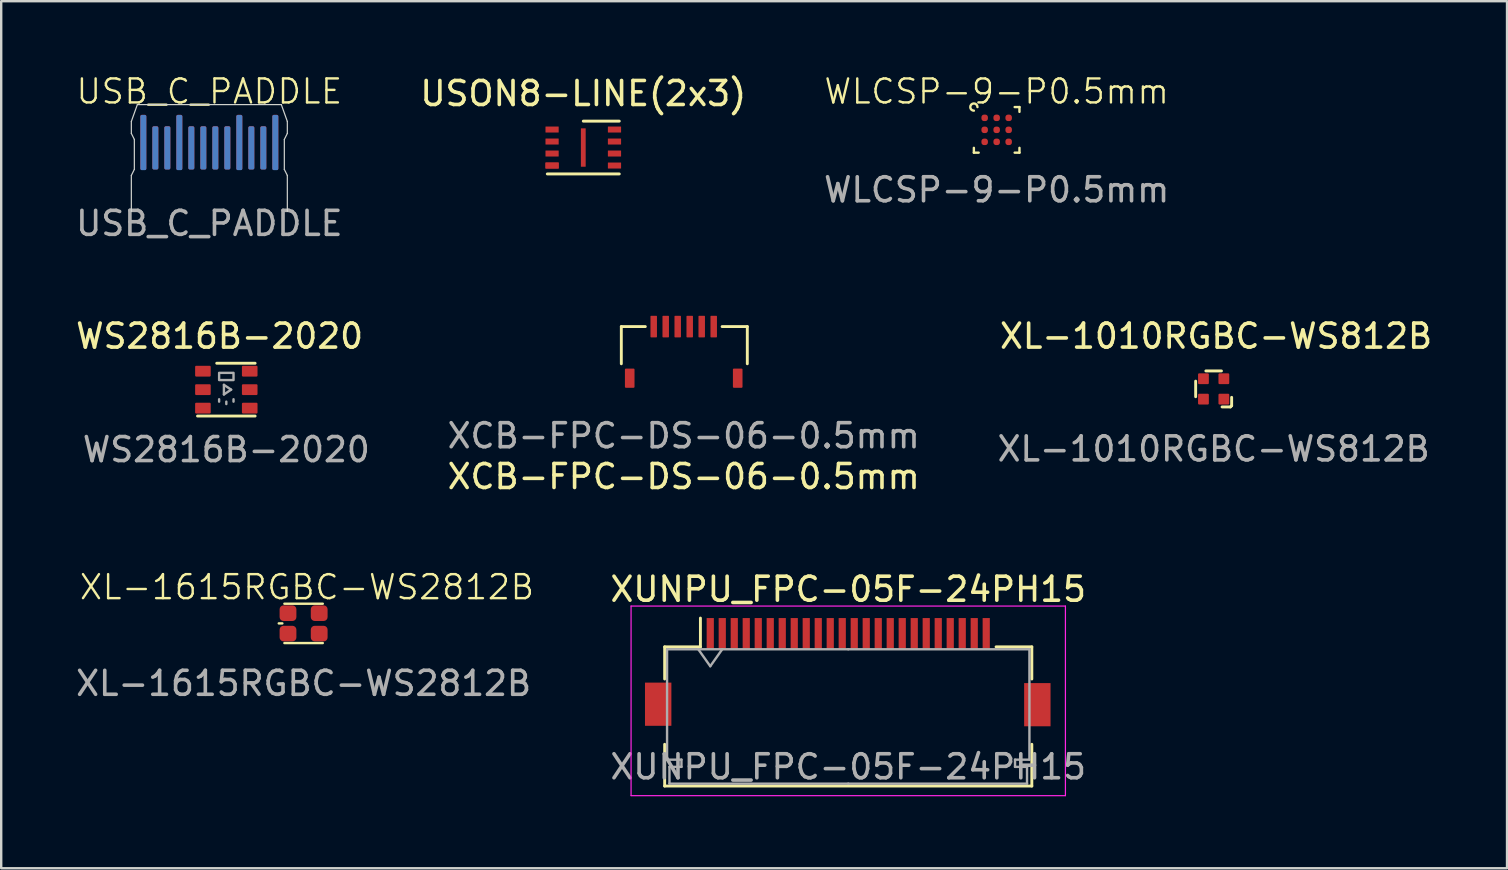
<source format=kicad_pcb>
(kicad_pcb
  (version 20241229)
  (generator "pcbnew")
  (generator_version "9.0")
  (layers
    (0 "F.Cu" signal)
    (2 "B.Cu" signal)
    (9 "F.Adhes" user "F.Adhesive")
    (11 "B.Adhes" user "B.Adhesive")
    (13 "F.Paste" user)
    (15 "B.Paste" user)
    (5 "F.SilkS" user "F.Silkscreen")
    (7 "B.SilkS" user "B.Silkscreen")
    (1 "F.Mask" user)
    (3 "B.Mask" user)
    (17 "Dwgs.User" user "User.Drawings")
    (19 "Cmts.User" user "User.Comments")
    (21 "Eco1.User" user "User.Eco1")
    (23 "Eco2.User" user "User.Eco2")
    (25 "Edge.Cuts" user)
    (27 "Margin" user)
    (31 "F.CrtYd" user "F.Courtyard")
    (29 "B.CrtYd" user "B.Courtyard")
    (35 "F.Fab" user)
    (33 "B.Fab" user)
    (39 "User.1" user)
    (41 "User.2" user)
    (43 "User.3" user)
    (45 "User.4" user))
  (footprint "WLCSP-9-P0.5mm"
    (layer "F.Cu")
    (at 38.482 2.361)
    (property "Reference" "WLCSP-9-P0.5mm" (at 0 -1.6 0) (unlocked yes) (layer "F.SilkS") (effects (font (size 1 1) (thickness 0.1))))
    (attr smd)
    (fp_line (start -0.95 0.75) (end -0.95 0.95) (stroke (width 0.1) (type default)) (layer "F.SilkS"))
    (fp_line (start -0.95 0.95) (end -0.75 0.95) (stroke (width 0.1) (type default)) (layer "F.SilkS"))
    (fp_line (start 0.75 0.95) (end 0.95 0.95) (stroke (width 0.1) (type default)) (layer "F.SilkS"))
    (fp_line (start 0.95 -0.95) (end 0.75 -0.95) (stroke (width 0.1) (type default)) (layer "F.SilkS"))
    (fp_line (start 0.95 -0.75) (end 0.95 -0.95) (stroke (width 0.1) (type default)) (layer "F.SilkS"))
    (fp_line (start 0.95 0.95) (end 0.95 0.75) (stroke (width 0.1) (type default)) (layer "F.SilkS"))
    (fp_arc (start -0.95 -0.8) (mid -1.056066 -1.056066) (end -0.8 -0.95) (stroke (width 0.1) (type default)) (layer "F.SilkS"))
    (fp_text user "${REFERENCE}" (at 0 2.5 0) (unlocked yes) (layer "F.Fab") (effects (font (size 1 1) (thickness 0.15))))
    (pad "A1" smd roundrect (at -0.5 -0.5) (size 0.27 0.27) (layers "F.Cu" "F.Mask" "F.Paste") (roundrect_rratio 0.4))
    (pad "A2" smd roundrect (at 0 -0.5) (size 0.27 0.27) (layers "F.Cu" "F.Mask" "F.Paste") (roundrect_rratio 0.4))
    (pad "A3" smd roundrect (at 0.5 -0.5) (size 0.27 0.27) (layers "F.Cu" "F.Mask" "F.Paste") (roundrect_rratio 0.4))
    (pad "B1" smd roundrect (at -0.5 0) (size 0.27 0.27) (layers "F.Cu" "F.Mask" "F.Paste") (roundrect_rratio 0.4))
    (pad "B2" smd roundrect (at 0 0) (size 0.27 0.27) (layers "F.Cu" "F.Mask" "F.Paste") (roundrect_rratio 0.4))
    (pad "B3" smd roundrect (at 0.5 0) (size 0.27 0.27) (layers "F.Cu" "F.Mask" "F.Paste") (roundrect_rratio 0.4))
    (pad "C1" smd roundrect (at -0.5 0.5) (size 0.27 0.27) (layers "F.Cu" "F.Mask" "F.Paste") (roundrect_rratio 0.4))
    (pad "C2" smd roundrect (at 0 0.5) (size 0.27 0.27) (layers "F.Cu" "F.Mask" "F.Paste") (roundrect_rratio 0.4))
    (pad "C3" smd roundrect (at 0.5 0.5) (size 0.27 0.27) (layers "F.Cu" "F.Mask" "F.Paste") (roundrect_rratio 0.4)))
  (footprint "XL-1615RGBC-WS2812B"
    (layer "F.Cu")
    (at 9.601 22.927)
    (property "Reference" "XL-1615RGBC-WS2812B" (at 0.14 -1.51 0) (unlocked yes) (layer "F.SilkS") (effects (font (size 1 1) (thickness 0.1))))
    (attr smd)
    (fp_line (start -1.035 0) (end -0.885 0) (stroke (width 0.1) (type default)) (layer "F.SilkS"))
    (fp_line (start -0.8 -0.82) (end 0.8 -0.82) (stroke (width 0.1) (type default)) (layer "F.SilkS"))
    (fp_line (start -0.8 0.82) (end 0.8 0.82) (stroke (width 0.1) (type default)) (layer "F.SilkS"))
    (fp_text user "${REFERENCE}" (at 0 2.5 0) (unlocked yes) (layer "F.Fab") (effects (font (size 1 1) (thickness 0.15))))
    (pad "1" smd roundrect (at -0.65 -0.425) (size 0.7 0.65) (layers "F.Cu" "F.Mask" "F.Paste") (roundrect_rratio 0.25))
    (pad "2" smd roundrect (at 0.65 -0.425) (size 0.7 0.65) (layers "F.Cu" "F.Mask" "F.Paste") (roundrect_rratio 0.25))
    (pad "3" smd roundrect (at -0.65 0.425) (size 0.7 0.65) (layers "F.Cu" "F.Mask" "F.Paste") (roundrect_rratio 0.25))
    (pad "4" smd roundrect (at 0.65 0.425) (size 0.7 0.65) (layers "F.Cu" "F.Mask" "F.Paste") (roundrect_rratio 0.25)))
  (footprint "USB_C_PADDLE"
    (layer "F.Cu")
    (at 5.673 3.76)
    (property "Reference" "USB_C_PADDLE" (at 0 -3 0) (unlocked yes) (layer "F.SilkS") (effects (font (size 1 1) (thickness 0.1))))
    (attr smd)
    (fp_line (start -3.25 -1.75) (end -3.25 -1.25) (stroke (width 0.05) (type default)) (layer "Edge.Cuts"))
    (fp_line (start -3.25 -1.25) (end -3.125 -1) (stroke (width 0.05) (type default)) (layer "Edge.Cuts"))
    (fp_line (start -3.25 0.5) (end -3.25 2) (stroke (width 0.05) (type default)) (layer "Edge.Cuts"))
    (fp_line (start -3.25 0.5) (end -3.125 0.25) (stroke (width 0.05) (type default)) (layer "Edge.Cuts"))
    (fp_line (start -3.125 -1) (end -3.125 0.25) (stroke (width 0.05) (type default)) (layer "Edge.Cuts"))
    (fp_line (start -3 -2.45) (end -3.25 -1.75) (stroke (width 0.05) (type default)) (layer "Edge.Cuts"))
    (fp_line (start 3 -2.45) (end -3 -2.45) (stroke (width 0.05) (type default)) (layer "Edge.Cuts"))
    (fp_line (start 3 -2.45) (end 3.25 -1.75) (stroke (width 0.05) (type default)) (layer "Edge.Cuts"))
    (fp_line (start 3.125 -1) (end 3.125 0.25) (stroke (width 0.05) (type default)) (layer "Edge.Cuts"))
    (fp_line (start 3.25 -1.75) (end 3.25 -1.25) (stroke (width 0.05) (type default)) (layer "Edge.Cuts"))
    (fp_line (start 3.25 -1.25) (end 3.125 -1) (stroke (width 0.05) (type default)) (layer "Edge.Cuts"))
    (fp_line (start 3.25 0.5) (end 3.125 0.25) (stroke (width 0.05) (type default)) (layer "Edge.Cuts"))
    (fp_line (start 3.25 2) (end 3.25 0.5) (stroke (width 0.05) (type default)) (layer "Edge.Cuts"))
    (fp_text user "${REFERENCE}" (at 0 2.5 0) (unlocked yes) (layer "F.Fab") (effects (font (size 1 1) (thickness 0.15))))
    (pad "A1" smd roundrect (at -2.75 -0.875 180) (size 0.25 2.3) (layers "F.Cu" "F.Mask" "F.Paste") (roundrect_rratio 0.25))
    (pad "A2" smd roundrect (at -2.25 -0.65 180) (size 0.25 1.8) (layers "F.Cu" "F.Mask" "F.Paste") (roundrect_rratio 0.25))
    (pad "A3" smd roundrect (at -1.75 -0.65 180) (size 0.25 1.8) (layers "F.Cu" "F.Mask" "F.Paste") (roundrect_rratio 0.25))
    (pad "A4" smd roundrect (at -1.25 -0.875 180) (size 0.25 2.3) (layers "F.Cu" "F.Mask" "F.Paste") (roundrect_rratio 0.25))
    (pad "A5" smd roundrect (at -0.75 -0.65 180) (size 0.25 1.8) (layers "F.Cu" "F.Mask" "F.Paste") (roundrect_rratio 0.25))
    (pad "A6" smd roundrect (at -0.25 -0.65 180) (size 0.25 1.8) (layers "F.Cu" "F.Mask" "F.Paste") (roundrect_rratio 0.25))
    (pad "A7" smd roundrect (at 0.25 -0.65) (size 0.25 1.8) (layers "F.Cu" "F.Mask" "F.Paste") (roundrect_rratio 0.25))
    (pad "A8" smd roundrect (at 0.75 -0.65) (size 0.25 1.8) (layers "F.Cu" "F.Mask" "F.Paste") (roundrect_rratio 0.25))
    (pad "A9" smd roundrect (at 1.25 -0.875) (size 0.25 2.3) (layers "F.Cu" "F.Mask" "F.Paste") (roundrect_rratio 0.25))
    (pad "A10" smd roundrect (at 1.75 -0.65) (size 0.25 1.8) (layers "F.Cu" "F.Mask" "F.Paste") (roundrect_rratio 0.25))
    (pad "A11" smd roundrect (at 2.25 -0.65) (size 0.25 1.8) (layers "F.Cu" "F.Mask" "F.Paste") (roundrect_rratio 0.25))
    (pad "A12" smd roundrect (at 2.75 -0.875) (size 0.25 2.3) (layers "F.Cu" "F.Mask" "F.Paste") (roundrect_rratio 0.25))
    (pad "B1" smd roundrect (at 2.75 -0.87 180) (size 0.25 2.3) (layers "B.Cu" "B.Mask" "B.Paste") (roundrect_rratio 0.25))
    (pad "B2" smd roundrect (at 2.25 -0.645 180) (size 0.25 1.8) (layers "B.Cu" "B.Mask" "B.Paste") (roundrect_rratio 0.25))
    (pad "B3" smd roundrect (at 1.75 -0.645 180) (size 0.25 1.8) (layers "B.Cu" "B.Mask" "B.Paste") (roundrect_rratio 0.25))
    (pad "B4" smd roundrect (at 1.25 -0.87 180) (size 0.25 2.3) (layers "B.Cu" "B.Mask" "B.Paste") (roundrect_rratio 0.25))
    (pad "B5" smd roundrect (at 0.75 -0.645 180) (size 0.25 1.8) (layers "B.Cu" "B.Mask" "B.Paste") (roundrect_rratio 0.25))
    (pad "B6" smd roundrect (at 0.25 -0.645 180) (size 0.25 1.8) (layers "B.Cu" "B.Mask" "B.Paste") (roundrect_rratio 0.25))
    (pad "B7" smd roundrect (at -0.25 -0.645) (size 0.25 1.8) (layers "B.Cu" "B.Mask" "B.Paste") (roundrect_rratio 0.25))
    (pad "B8" smd roundrect (at -0.75 -0.645) (size 0.25 1.8) (layers "B.Cu" "B.Mask" "B.Paste") (roundrect_rratio 0.25))
    (pad "B9" smd roundrect (at -1.25 -0.87) (size 0.25 2.3) (layers "B.Cu" "B.Mask" "B.Paste") (roundrect_rratio 0.25))
    (pad "B10" smd roundrect (at -1.75 -0.645) (size 0.25 1.8) (layers "B.Cu" "B.Mask" "B.Paste") (roundrect_rratio 0.25))
    (pad "B11" smd roundrect (at -2.25 -0.645) (size 0.25 1.8) (layers "B.Cu" "B.Mask" "B.Paste") (roundrect_rratio 0.25))
    (pad "B12" smd roundrect (at -2.75 -0.87) (size 0.25 2.3) (layers "B.Cu" "B.Mask" "B.Paste") (roundrect_rratio 0.25)))
  (footprint "XCB-FPC-DS-06-0.5mm"
    (layer "F.Cu")
    (at 25.441 12.609)
    (property "Reference" "XCB-FPC-DS-06-0.5mm" (at 0 4.2 0) (unlocked yes) (layer "F.SilkS") (effects (font (size 1 1) (thickness 0.15))))
    (attr smd)
    (fp_line (start -2.6 -2.05) (end -1.6 -2.05) (stroke (width 0.12) (type solid)) (layer "F.SilkS"))
    (fp_line (start -2.6 -0.5) (end -2.6 -2.05) (stroke (width 0.12) (type solid)) (layer "F.SilkS"))
    (fp_line (start 1.6 -2.05) (end 2.65 -2.05) (stroke (width 0.12) (type solid)) (layer "F.SilkS"))
    (fp_line (start 2.65 -2.05) (end 2.65 -0.5) (stroke (width 0.12) (type solid)) (layer "F.SilkS"))
    (fp_text user "${REFERENCE}" (at 0 2.5 0) (unlocked yes) (layer "F.Fab") (effects (font (size 1 1) (thickness 0.15))))
    (pad "1" smd roundrect (at -1.25 -2.05 180) (size 0.27 0.9) (layers "F.Cu" "F.Mask" "F.Paste") (roundrect_rratio 0.1))
    (pad "2" smd roundrect (at -0.75 -2.05 180) (size 0.27 0.9) (layers "F.Cu" "F.Mask" "F.Paste") (roundrect_rratio 0.1))
    (pad "3" smd roundrect (at -0.25 -2.05 180) (size 0.27 0.9) (layers "F.Cu" "F.Mask" "F.Paste") (roundrect_rratio 0.1))
    (pad "4" smd roundrect (at 0.25 -2.05 180) (size 0.27 0.9) (layers "F.Cu" "F.Mask" "F.Paste") (roundrect_rratio 0.1))
    (pad "5" smd roundrect (at 0.75 -2.05 180) (size 0.27 0.9) (layers "F.Cu" "F.Mask" "F.Paste") (roundrect_rratio 0.1))
    (pad "6" smd roundrect (at 1.25 -2.05 180) (size 0.27 0.9) (layers "F.Cu" "F.Mask" "F.Paste") (roundrect_rratio 0.1))
    (pad "7" smd roundrect (at -2.25 0.1 180) (size 0.4 0.8) (layers "F.Cu" "F.Mask" "F.Paste") (roundrect_rratio 0.1))
    (pad "7" smd roundrect (at 2.25 0.1 180) (size 0.4 0.8) (layers "F.Cu" "F.Mask" "F.Paste") (roundrect_rratio 0.1)))
  (footprint "XUNPU_FPC-05F-24PH15"
    (layer "F.Cu")
    (at 32.297 25.205)
    (property "Reference" "XUNPU_FPC-05F-24PH15" (at 0 -3.7 0) (layer "F.SilkS") (effects (font (size 1 1) (thickness 0.15))))
    (attr smd)
    (fp_line (start -7.65 -1.3) (end -7.65 0.04) (stroke (width 0.12) (type solid)) (layer "F.SilkS"))
    (fp_line (start -7.65 2.76) (end -7.65 4.5) (stroke (width 0.12) (type solid)) (layer "F.SilkS"))
    (fp_line (start -7.65 4.5) (end 7.65 4.5) (stroke (width 0.12) (type solid)) (layer "F.SilkS"))
    (fp_line (start -6.16 -1.3) (end -7.65 -1.3) (stroke (width 0.12) (type solid)) (layer "F.SilkS"))
    (fp_line (start -6.16 -1.3) (end -6.16 -2.5) (stroke (width 0.12) (type solid)) (layer "F.SilkS"))
    (fp_line (start 6.16 -1.3) (end 7.65 -1.3) (stroke (width 0.12) (type solid)) (layer "F.SilkS"))
    (fp_line (start 7.65 -1.3) (end 7.65 0.04) (stroke (width 0.12) (type solid)) (layer "F.SilkS"))
    (fp_line (start 7.65 4.5) (end 7.65 2.76) (stroke (width 0.12) (type solid)) (layer "F.SilkS"))
    (fp_line (start -9.05 -3) (end -9.05 4.9) (stroke (width 0.05) (type solid)) (layer "F.CrtYd"))
    (fp_line (start -9.05 4.9) (end 9.05 4.9) (stroke (width 0.05) (type solid)) (layer "F.CrtYd"))
    (fp_line (start 9.05 -3) (end -9.05 -3) (stroke (width 0.05) (type solid)) (layer "F.CrtYd"))
    (fp_line (start 9.05 4.9) (end 9.05 -3) (stroke (width 0.05) (type solid)) (layer "F.CrtYd"))
    (fp_line (start -7.55 -1.2) (end -7.55 3.4) (stroke (width 0.1) (type solid)) (layer "F.Fab"))
    (fp_line (start -7.55 3.4) (end -6.95 3.4) (stroke (width 0.1) (type solid)) (layer "F.Fab"))
    (fp_line (start -7.45 3.7) (end -7.45 4.4) (stroke (width 0.1) (type solid)) (layer "F.Fab"))
    (fp_line (start -7.45 4.4) (end 0 4.4) (stroke (width 0.1) (type solid)) (layer "F.Fab"))
    (fp_line (start -6.95 3.4) (end -6.95 3.7) (stroke (width 0.1) (type solid)) (layer "F.Fab"))
    (fp_line (start -6.95 3.7) (end -7.45 3.7) (stroke (width 0.1) (type solid)) (layer "F.Fab"))
    (fp_line (start -6.25 -1.2) (end -5.75 -0.493) (stroke (width 0.1) (type solid)) (layer "F.Fab"))
    (fp_line (start -5.75 -0.493) (end -5.25 -1.2) (stroke (width 0.1) (type solid)) (layer "F.Fab"))
    (fp_line (start 0 -1.2) (end -7.55 -1.2) (stroke (width 0.1) (type solid)) (layer "F.Fab"))
    (fp_line (start 0 -1.2) (end 7.55 -1.2) (stroke (width 0.1) (type solid)) (layer "F.Fab"))
    (fp_line (start 6.95 3.4) (end 6.95 3.7) (stroke (width 0.1) (type solid)) (layer "F.Fab"))
    (fp_line (start 6.95 3.7) (end 7.45 3.7) (stroke (width 0.1) (type solid)) (layer "F.Fab"))
    (fp_line (start 7.45 3.7) (end 7.45 4.4) (stroke (width 0.1) (type solid)) (layer "F.Fab"))
    (fp_line (start 7.45 4.4) (end 0 4.4) (stroke (width 0.1) (type solid)) (layer "F.Fab"))
    (fp_line (start 7.55 -1.2) (end 7.55 3.4) (stroke (width 0.1) (type solid)) (layer "F.Fab"))
    (fp_line (start 7.55 3.4) (end 6.95 3.4) (stroke (width 0.1) (type solid)) (layer "F.Fab"))
    (fp_text user "${REFERENCE}" (at 0 3.7 0) (layer "F.Fab") (effects (font (size 1 1) (thickness 0.15))))
    (pad "1" smd rect (at -5.75 -1.85) (size 0.3 1.3) (layers "F.Cu" "F.Mask" "F.Paste"))
    (pad "2" smd rect (at -5.25 -1.85) (size 0.3 1.3) (layers "F.Cu" "F.Mask" "F.Paste"))
    (pad "3" smd rect (at -4.75 -1.85) (size 0.3 1.3) (layers "F.Cu" "F.Mask" "F.Paste"))
    (pad "4" smd rect (at -4.25 -1.85) (size 0.3 1.3) (layers "F.Cu" "F.Mask" "F.Paste"))
    (pad "5" smd rect (at -3.75 -1.85) (size 0.3 1.3) (layers "F.Cu" "F.Mask" "F.Paste"))
    (pad "6" smd rect (at -3.25 -1.85) (size 0.3 1.3) (layers "F.Cu" "F.Mask" "F.Paste"))
    (pad "7" smd rect (at -2.75 -1.85) (size 0.3 1.3) (layers "F.Cu" "F.Mask" "F.Paste"))
    (pad "8" smd rect (at -2.25 -1.85) (size 0.3 1.3) (layers "F.Cu" "F.Mask" "F.Paste"))
    (pad "9" smd rect (at -1.75 -1.85) (size 0.3 1.3) (layers "F.Cu" "F.Mask" "F.Paste"))
    (pad "10" smd rect (at -1.25 -1.85) (size 0.3 1.3) (layers "F.Cu" "F.Mask" "F.Paste"))
    (pad "11" smd rect (at -0.75 -1.85) (size 0.3 1.3) (layers "F.Cu" "F.Mask" "F.Paste"))
    (pad "12" smd rect (at -0.25 -1.85) (size 0.3 1.3) (layers "F.Cu" "F.Mask" "F.Paste"))
    (pad "13" smd rect (at 0.25 -1.85) (size 0.3 1.3) (layers "F.Cu" "F.Mask" "F.Paste"))
    (pad "14" smd rect (at 0.75 -1.85) (size 0.3 1.3) (layers "F.Cu" "F.Mask" "F.Paste"))
    (pad "15" smd rect (at 1.25 -1.85) (size 0.3 1.3) (layers "F.Cu" "F.Mask" "F.Paste"))
    (pad "16" smd rect (at 1.75 -1.85) (size 0.3 1.3) (layers "F.Cu" "F.Mask" "F.Paste"))
    (pad "17" smd rect (at 2.25 -1.85) (size 0.3 1.3) (layers "F.Cu" "F.Mask" "F.Paste"))
    (pad "18" smd rect (at 2.75 -1.85) (size 0.3 1.3) (layers "F.Cu" "F.Mask" "F.Paste"))
    (pad "19" smd rect (at 3.25 -1.85) (size 0.3 1.3) (layers "F.Cu" "F.Mask" "F.Paste"))
    (pad "20" smd rect (at 3.75 -1.85) (size 0.3 1.3) (layers "F.Cu" "F.Mask" "F.Paste"))
    (pad "21" smd rect (at 4.25 -1.85) (size 0.3 1.3) (layers "F.Cu" "F.Mask" "F.Paste"))
    (pad "22" smd rect (at 4.75 -1.85) (size 0.3 1.3) (layers "F.Cu" "F.Mask" "F.Paste"))
    (pad "23" smd rect (at 5.25 -1.85) (size 0.3 1.3) (layers "F.Cu" "F.Mask" "F.Paste"))
    (pad "24" smd rect (at 5.75 -1.85) (size 0.3 1.3) (layers "F.Cu" "F.Mask" "F.Paste"))
    (pad "25" smd rect (at -7.92 1.09) (size 1.1 1.8) (layers "F.Cu" "F.Mask" "F.Paste"))
    (pad "26" smd rect (at 7.88 1.11) (size 1.1 1.8) (layers "F.Cu" "F.Mask" "F.Paste")))
  (footprint "USON8-LINE(2x3)"
    (layer "F.Cu")
    (at 21.256 3.098)
    (property "Reference" "USON8-LINE(2x3)" (at 0 -2.25 0) (unlocked yes) (layer "F.SilkS") (effects (font (size 1 1) (thickness 0.15))))
    (attr smd)
    (fp_line (start 0 -1.1) (end 1.5 -1.1) (stroke (width 0.12) (type solid)) (layer "F.SilkS"))
    (fp_line (start 1.5 1.1) (end -1.5 1.1) (stroke (width 0.12) (type solid)) (layer "F.SilkS"))
    (pad "1" smd roundrect (at -1.3 -0.75) (size 0.55 0.25) (layers "F.Cu" "F.Mask" "F.Paste") (roundrect_rratio 0.05))
    (pad "2" smd roundrect (at -1.3 -0.25) (size 0.55 0.25) (layers "F.Cu" "F.Mask" "F.Paste") (roundrect_rratio 0.05))
    (pad "3" smd roundrect (at -1.3 0.25) (size 0.55 0.25) (layers "F.Cu" "F.Mask" "F.Paste") (roundrect_rratio 0.05))
    (pad "4" smd roundrect (at -1.3 0.75) (size 0.55 0.25) (layers "F.Cu" "F.Mask" "F.Paste") (roundrect_rratio 0.05))
    (pad "5" smd roundrect (at -1.3 0.75) (size 0.55 0.25) (layers "F.Cu" "F.Mask" "F.Paste") (roundrect_rratio 0.05))
    (pad "5" smd roundrect (at 1.3 0.75) (size 0.55 0.25) (layers "F.Cu" "F.Mask" "F.Paste") (roundrect_rratio 0.05))
    (pad "6" smd roundrect (at 1.3 0.25) (size 0.55 0.25) (layers "F.Cu" "F.Mask" "F.Paste") (roundrect_rratio 0.05))
    (pad "7" smd roundrect (at 1.3 -0.25) (size 0.55 0.25) (layers "F.Cu" "F.Mask" "F.Paste") (roundrect_rratio 0.05))
    (pad "8" smd roundrect (at 1.3 -0.75) (size 0.55 0.25) (layers "F.Cu" "F.Mask" "F.Paste") (roundrect_rratio 0.05))
    (pad "9" smd roundrect (at 0 0) (size 0.2 1.6) (layers "F.Cu" "F.Mask" "F.Paste") (roundrect_rratio 0.05)))
  (footprint "XL-1010RGBC-WS812B"
    (layer "F.Cu")
    (at 47.524 13.157)
    (property "Reference" "XL-1010RGBC-WS812B" (at 0.1 -2.2 0) (unlocked yes) (layer "F.SilkS") (effects (font (size 1 1) (thickness 0.15))))
    (attr smd)
    (fp_line (start -0.75 0.325) (end -0.75 -0.325) (stroke (width 0.12) (type solid)) (layer "F.SilkS"))
    (fp_line (start -0.325 -0.75) (end 0.325 -0.75) (stroke (width 0.12) (type solid)) (layer "F.SilkS"))
    (fp_line (start 0.35 0.75) (end 0.7 0.75) (stroke (width 0.12) (type solid)) (layer "F.SilkS"))
    (fp_line (start 0.7 0.75) (end 0.75 0.7) (stroke (width 0.12) (type solid)) (layer "F.SilkS"))
    (fp_line (start 0.75 0.7) (end 0.75 0.35) (stroke (width 0.12) (type solid)) (layer "F.SilkS"))
    (fp_text user "${REFERENCE}" (at 0 2.5 0) (unlocked yes) (layer "F.Fab") (effects (font (size 1 1) (thickness 0.15))))
    (pad "1" smd roundrect (at 0.425 0.425 90) (size 0.45 0.45) (layers "F.Cu" "F.Mask" "F.Paste") (roundrect_rratio 0.1))
    (pad "2" smd roundrect (at 0.425 -0.425 90) (size 0.45 0.45) (layers "F.Cu" "F.Mask" "F.Paste") (roundrect_rratio 0.1))
    (pad "3" smd roundrect (at -0.425 -0.425 90) (size 0.45 0.45) (layers "F.Cu" "F.Mask" "F.Paste") (roundrect_rratio 0.1))
    (pad "4" smd roundrect (at -0.425 0.425 90) (size 0.45 0.45) (layers "F.Cu" "F.Mask" "F.Paste") (roundrect_rratio 0.1)))
  (footprint "WS2816B-2020"
    (layer "F.Cu")
    (at 6.381 13.187)
    (property "Reference" "WS2816B-2020" (at -0.28 -2.23 0) (unlocked yes) (layer "F.SilkS") (effects (font (size 1 1) (thickness 0.15))))
    (attr smd)
    (fp_line (start -0.4 -1.1) (end 1.2 -1.1) (stroke (width 0.12) (type solid)) (layer "F.SilkS"))
    (fp_line (start 1.2 1.1) (end -1.2 1.1) (stroke (width 0.12) (type solid)) (layer "F.SilkS"))
    (fp_line (start -0.3 0.4) (end -0.3 0.5) (stroke (width 0.1) (type solid)) (layer "F.Fab"))
    (fp_line (start -0.1 -0.2) (end -0.1 0.2) (stroke (width 0.1) (type solid)) (layer "F.Fab"))
    (fp_line (start -0.1 0.2) (end 0.2 0) (stroke (width 0.1) (type solid)) (layer "F.Fab"))
    (fp_line (start 0 0.5) (end 0 0.6) (stroke (width 0.1) (type solid)) (layer "F.Fab"))
    (fp_line (start 0.2 0) (end -0.1 -0.2) (stroke (width 0.1) (type solid)) (layer "F.Fab"))
    (fp_line (start 0.3 0.4) (end 0.3 0.5) (stroke (width 0.1) (type solid)) (layer "F.Fab"))
    (fp_rect (start -0.3 -0.7) (end 0.3 -0.4) (stroke (width 0.1) (type solid)) (fill no) (layer "F.Fab"))
    (fp_text user "${REFERENCE}" (at 0 2.5 0) (unlocked yes) (layer "F.Fab") (effects (font (size 1 1) (thickness 0.15))))
    (pad "1" smd roundrect (at -0.975 -0.77) (size 0.65 0.45) (layers "F.Cu" "F.Mask" "F.Paste") (roundrect_rratio 0.1))
    (pad "2" smd roundrect (at -0.975 0) (size 0.65 0.45) (layers "F.Cu" "F.Mask" "F.Paste") (roundrect_rratio 0.1))
    (pad "3" smd roundrect (at -0.975 0.77) (size 0.65 0.45) (layers "F.Cu" "F.Mask" "F.Paste") (roundrect_rratio 0.1))
    (pad "4" smd roundrect (at 0.975 0.77) (size 0.65 0.45) (layers "F.Cu" "F.Mask" "F.Paste") (roundrect_rratio 0.1))
    (pad "5" smd roundrect (at 0.975 0) (size 0.65 0.45) (layers "F.Cu" "F.Mask" "F.Paste") (roundrect_rratio 0.1))
    (pad "6" smd roundrect (at 0.975 -0.77) (size 0.65 0.45) (layers "F.Cu" "F.Mask" "F.Paste") (roundrect_rratio 0.1)))
  (gr_rect
    (start -3 -3)
    (end 59.749 33.13)
    (stroke (width 0.1) (type default))
    (fill no)
    (layer "Edge.Cuts")))
</source>
